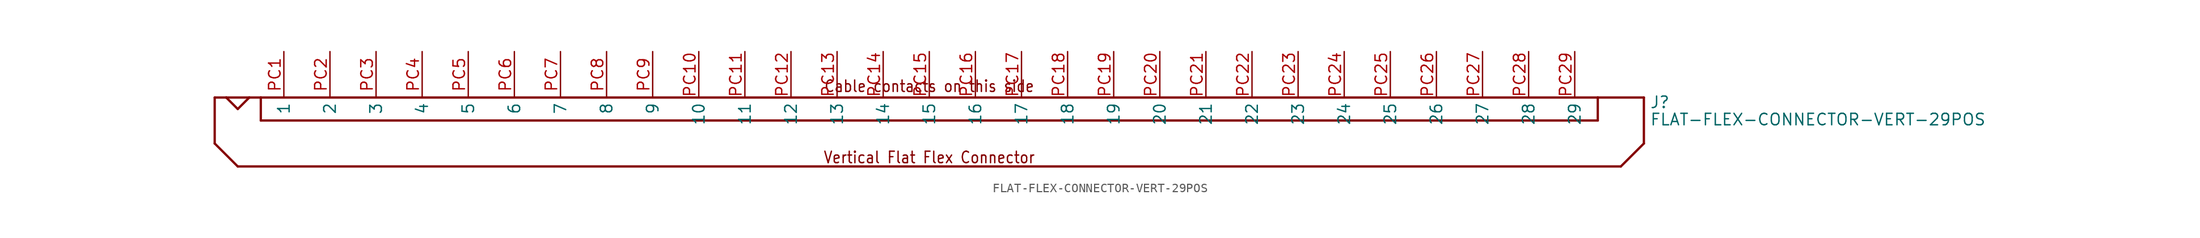
<source format=kicad_sym>
(kicad_symbol_lib
  (version 20211014)
  (generator kicad_symbol_editor)
  (symbol "FLAT-FLEX-CONNECTOR-VERT-29POS"
    (pin_names)
    (property "Reference" "J"
      (at 79.375 1.27 0)
      (effects (font (size 1.27 1.27)) (justify left bottom)))
    (property "Value" "FLAT-FLEX-CONNECTOR-VERT-29POS"
      (at 79.375 -0.635 0)
      (effects (font (size 1.27 1.27)) (justify left bottom)))
    (property "Datasheet" ""
      (at 0 0 0))
    (property "ki_description" "FLAT-FLEX-CONNECTOR-VERT-29POS  - Flat Flex Connector 29 position Vertical Technical Specifications: Number of Positions: 29 Contact: One Side Mount: Vertical "
      (at 0 0 0))
    (property "ki_fp_filters" "FlashPCB_Connectors:FLAT-FLEX-CONNECTOR-MOLEX-52610-VERT-29POS"
      (at 0 0 0))
    (symbol "FLAT-FLEX-CONNECTOR-VERT-29POS_1_1"
      (text "Cable contacts on this side" (at 0 3.048 0) (effects (font (size 1.27 1.086)) (justify bottom)))
      (text "Vertical Flat Flex Connector" (at 0 -4.826 0) (effects (font (size 1.27 1.086)) (justify bottom)))
      (polyline (pts (xy -78.74 2.54) (xy -78.74 -2.54)) (stroke (width 0.254)) (fill (type none)))
      (polyline (pts (xy -78.74 -2.54) (xy -76.2 -5.08)) (stroke (width 0.254)) (fill (type none)))
      (polyline (pts (xy -76.2 -5.08) (xy 76.2 -5.08)) (stroke (width 0.254)) (fill (type none)))
      (polyline (pts (xy 76.2 -5.08) (xy 78.74 -2.54)) (stroke (width 0.254)) (fill (type none)))
      (polyline (pts (xy 78.74 -2.54) (xy 78.74 2.54)) (stroke (width 0.254)) (fill (type none)))
      (polyline (pts (xy 78.74 2.54) (xy 73.66 2.54)) (stroke (width 0.254)) (fill (type none)))
      (polyline (pts (xy 73.66 2.54) (xy 73.66 0)) (stroke (width 0.254)) (fill (type none)))
      (polyline (pts (xy 73.66 0) (xy -73.66 0)) (stroke (width 0.254)) (fill (type none)))
      (polyline (pts (xy -73.66 0) (xy -73.66 2.54)) (stroke (width 0.254)) (fill (type none)))
      (polyline (pts (xy -73.66 2.54) (xy -74.93 2.54)) (stroke (width 0.254)) (fill (type none)))
      (polyline (pts (xy -74.93 2.54) (xy -77.47 2.54)) (stroke (width 0.254)) (fill (type none)))
      (polyline (pts (xy -77.47 2.54) (xy -78.74 2.54)) (stroke (width 0.254)) (fill (type none)))
      (polyline (pts (xy -73.66 2.54) (xy 73.66 2.54)) (stroke (width 0.254)) (fill (type none)))
      (polyline (pts (xy -77.47 2.54) (xy -76.2 1.27)) (stroke (width 0.254)) (fill (type none)))
      (polyline (pts (xy -76.2 1.27) (xy -74.93 2.54)) (stroke (width 0.254)) (fill (type none)))
      (pin bidirectional line (at -71.12 7.62 270) (length 5.08) (name "1" (effects (font (size 1.27 1.27)))) (number "PC1" (effects (font (size 1.27 1.27)))))
      (pin bidirectional line (at -71.12 7.62 270) (length 5.08) hide (name "1" (effects (font (size 1.27 1.27)))) (number "PS1" (effects (font (size 1.27 1.27)))))
      (pin bidirectional line (at -66.04 7.62 270) (length 5.08) (name "2" (effects (font (size 1.27 1.27)))) (number "PC2" (effects (font (size 1.27 1.27)))))
      (pin bidirectional line (at -66.04 7.62 270) (length 5.08) hide (name "2" (effects (font (size 1.27 1.27)))) (number "PS2" (effects (font (size 1.27 1.27)))))
      (pin bidirectional line (at -60.96 7.62 270) (length 5.08) (name "3" (effects (font (size 1.27 1.27)))) (number "PC3" (effects (font (size 1.27 1.27)))))
      (pin bidirectional line (at -60.96 7.62 270) (length 5.08) hide (name "3" (effects (font (size 1.27 1.27)))) (number "PS3" (effects (font (size 1.27 1.27)))))
      (pin bidirectional line (at -55.88 7.62 270) (length 5.08) (name "4" (effects (font (size 1.27 1.27)))) (number "PC4" (effects (font (size 1.27 1.27)))))
      (pin bidirectional line (at -55.88 7.62 270) (length 5.08) hide (name "4" (effects (font (size 1.27 1.27)))) (number "PS4" (effects (font (size 1.27 1.27)))))
      (pin bidirectional line (at -50.8 7.62 270) (length 5.08) (name "5" (effects (font (size 1.27 1.27)))) (number "PC5" (effects (font (size 1.27 1.27)))))
      (pin bidirectional line (at -50.8 7.62 270) (length 5.08) hide (name "5" (effects (font (size 1.27 1.27)))) (number "PS5" (effects (font (size 1.27 1.27)))))
      (pin bidirectional line (at -45.72 7.62 270) (length 5.08) (name "6" (effects (font (size 1.27 1.27)))) (number "PC6" (effects (font (size 1.27 1.27)))))
      (pin bidirectional line (at -45.72 7.62 270) (length 5.08) hide (name "6" (effects (font (size 1.27 1.27)))) (number "PS6" (effects (font (size 1.27 1.27)))))
      (pin bidirectional line (at -40.64 7.62 270) (length 5.08) (name "7" (effects (font (size 1.27 1.27)))) (number "PC7" (effects (font (size 1.27 1.27)))))
      (pin bidirectional line (at -40.64 7.62 270) (length 5.08) hide (name "7" (effects (font (size 1.27 1.27)))) (number "PS7" (effects (font (size 1.27 1.27)))))
      (pin bidirectional line (at -35.56 7.62 270) (length 5.08) (name "8" (effects (font (size 1.27 1.27)))) (number "PC8" (effects (font (size 1.27 1.27)))))
      (pin bidirectional line (at -35.56 7.62 270) (length 5.08) hide (name "8" (effects (font (size 1.27 1.27)))) (number "PS8" (effects (font (size 1.27 1.27)))))
      (pin bidirectional line (at -30.48 7.62 270) (length 5.08) (name "9" (effects (font (size 1.27 1.27)))) (number "PC9" (effects (font (size 1.27 1.27)))))
      (pin bidirectional line (at -30.48 7.62 270) (length 5.08) hide (name "9" (effects (font (size 1.27 1.27)))) (number "PS9" (effects (font (size 1.27 1.27)))))
      (pin bidirectional line (at -25.4 7.62 270) (length 5.08) (name "10" (effects (font (size 1.27 1.27)))) (number "PC10" (effects (font (size 1.27 1.27)))))
      (pin bidirectional line (at -25.4 7.62 270) (length 5.08) hide (name "10" (effects (font (size 1.27 1.27)))) (number "PS10" (effects (font (size 1.27 1.27)))))
      (pin bidirectional line (at -20.32 7.62 270) (length 5.08) (name "11" (effects (font (size 1.27 1.27)))) (number "PC11" (effects (font (size 1.27 1.27)))))
      (pin bidirectional line (at -20.32 7.62 270) (length 5.08) hide (name "11" (effects (font (size 1.27 1.27)))) (number "PS11" (effects (font (size 1.27 1.27)))))
      (pin bidirectional line (at -15.24 7.62 270) (length 5.08) (name "12" (effects (font (size 1.27 1.27)))) (number "PC12" (effects (font (size 1.27 1.27)))))
      (pin bidirectional line (at -15.24 7.62 270) (length 5.08) hide (name "12" (effects (font (size 1.27 1.27)))) (number "PS12" (effects (font (size 1.27 1.27)))))
      (pin bidirectional line (at -10.16 7.62 270) (length 5.08) (name "13" (effects (font (size 1.27 1.27)))) (number "PC13" (effects (font (size 1.27 1.27)))))
      (pin bidirectional line (at -10.16 7.62 270) (length 5.08) hide (name "13" (effects (font (size 1.27 1.27)))) (number "PS13" (effects (font (size 1.27 1.27)))))
      (pin bidirectional line (at -5.08 7.62 270) (length 5.08) (name "14" (effects (font (size 1.27 1.27)))) (number "PC14" (effects (font (size 1.27 1.27)))))
      (pin bidirectional line (at -5.08 7.62 270) (length 5.08) hide (name "14" (effects (font (size 1.27 1.27)))) (number "PS14" (effects (font (size 1.27 1.27)))))
      (pin bidirectional line (at 0 7.62 270) (length 5.08) (name "15" (effects (font (size 1.27 1.27)))) (number "PC15" (effects (font (size 1.27 1.27)))))
      (pin bidirectional line (at 0 7.62 270) (length 5.08) hide (name "15" (effects (font (size 1.27 1.27)))) (number "PS15" (effects (font (size 1.27 1.27)))))
      (pin bidirectional line (at 5.08 7.62 270) (length 5.08) (name "16" (effects (font (size 1.27 1.27)))) (number "PC16" (effects (font (size 1.27 1.27)))))
      (pin bidirectional line (at 5.08 7.62 270) (length 5.08) hide (name "16" (effects (font (size 1.27 1.27)))) (number "PS16" (effects (font (size 1.27 1.27)))))
      (pin bidirectional line (at 10.16 7.62 270) (length 5.08) (name "17" (effects (font (size 1.27 1.27)))) (number "PC17" (effects (font (size 1.27 1.27)))))
      (pin bidirectional line (at 10.16 7.62 270) (length 5.08) hide (name "17" (effects (font (size 1.27 1.27)))) (number "PS17" (effects (font (size 1.27 1.27)))))
      (pin bidirectional line (at 15.24 7.62 270) (length 5.08) (name "18" (effects (font (size 1.27 1.27)))) (number "PC18" (effects (font (size 1.27 1.27)))))
      (pin bidirectional line (at 15.24 7.62 270) (length 5.08) hide (name "18" (effects (font (size 1.27 1.27)))) (number "PS18" (effects (font (size 1.27 1.27)))))
      (pin bidirectional line (at 20.32 7.62 270) (length 5.08) (name "19" (effects (font (size 1.27 1.27)))) (number "PC19" (effects (font (size 1.27 1.27)))))
      (pin bidirectional line (at 20.32 7.62 270) (length 5.08) hide (name "19" (effects (font (size 1.27 1.27)))) (number "PS19" (effects (font (size 1.27 1.27)))))
      (pin bidirectional line (at 25.4 7.62 270) (length 5.08) (name "20" (effects (font (size 1.27 1.27)))) (number "PC20" (effects (font (size 1.27 1.27)))))
      (pin bidirectional line (at 25.4 7.62 270) (length 5.08) hide (name "20" (effects (font (size 1.27 1.27)))) (number "PS20" (effects (font (size 1.27 1.27)))))
      (pin bidirectional line (at 30.48 7.62 270) (length 5.08) (name "21" (effects (font (size 1.27 1.27)))) (number "PC21" (effects (font (size 1.27 1.27)))))
      (pin bidirectional line (at 30.48 7.62 270) (length 5.08) hide (name "21" (effects (font (size 1.27 1.27)))) (number "PS21" (effects (font (size 1.27 1.27)))))
      (pin bidirectional line (at 35.56 7.62 270) (length 5.08) (name "22" (effects (font (size 1.27 1.27)))) (number "PC22" (effects (font (size 1.27 1.27)))))
      (pin bidirectional line (at 35.56 7.62 270) (length 5.08) hide (name "22" (effects (font (size 1.27 1.27)))) (number "PS22" (effects (font (size 1.27 1.27)))))
      (pin bidirectional line (at 40.64 7.62 270) (length 5.08) (name "23" (effects (font (size 1.27 1.27)))) (number "PC23" (effects (font (size 1.27 1.27)))))
      (pin bidirectional line (at 40.64 7.62 270) (length 5.08) hide (name "23" (effects (font (size 1.27 1.27)))) (number "PS23" (effects (font (size 1.27 1.27)))))
      (pin bidirectional line (at 45.72 7.62 270) (length 5.08) (name "24" (effects (font (size 1.27 1.27)))) (number "PC24" (effects (font (size 1.27 1.27)))))
      (pin bidirectional line (at 45.72 7.62 270) (length 5.08) hide (name "24" (effects (font (size 1.27 1.27)))) (number "PS24" (effects (font (size 1.27 1.27)))))
      (pin bidirectional line (at 50.8 7.62 270) (length 5.08) (name "25" (effects (font (size 1.27 1.27)))) (number "PC25" (effects (font (size 1.27 1.27)))))
      (pin bidirectional line (at 50.8 7.62 270) (length 5.08) hide (name "25" (effects (font (size 1.27 1.27)))) (number "PS25" (effects (font (size 1.27 1.27)))))
      (pin bidirectional line (at 55.88 7.62 270) (length 5.08) (name "26" (effects (font (size 1.27 1.27)))) (number "PC26" (effects (font (size 1.27 1.27)))))
      (pin bidirectional line (at 55.88 7.62 270) (length 5.08) hide (name "26" (effects (font (size 1.27 1.27)))) (number "PS26" (effects (font (size 1.27 1.27)))))
      (pin bidirectional line (at 60.96 7.62 270) (length 5.08) (name "27" (effects (font (size 1.27 1.27)))) (number "PC27" (effects (font (size 1.27 1.27)))))
      (pin bidirectional line (at 60.96 7.62 270) (length 5.08) hide (name "27" (effects (font (size 1.27 1.27)))) (number "PS27" (effects (font (size 1.27 1.27)))))
      (pin bidirectional line (at 66.04 7.62 270) (length 5.08) (name "28" (effects (font (size 1.27 1.27)))) (number "PC28" (effects (font (size 1.27 1.27)))))
      (pin bidirectional line (at 66.04 7.62 270) (length 5.08) hide (name "28" (effects (font (size 1.27 1.27)))) (number "PS28" (effects (font (size 1.27 1.27)))))
      (pin bidirectional line (at 71.12 7.62 270) (length 5.08) (name "29" (effects (font (size 1.27 1.27)))) (number "PC29" (effects (font (size 1.27 1.27)))))
      (pin bidirectional line (at 71.12 7.62 270) (length 5.08) hide (name "29" (effects (font (size 1.27 1.27)))) (number "PS29" (effects (font (size 1.27 1.27))))))))
</source>
